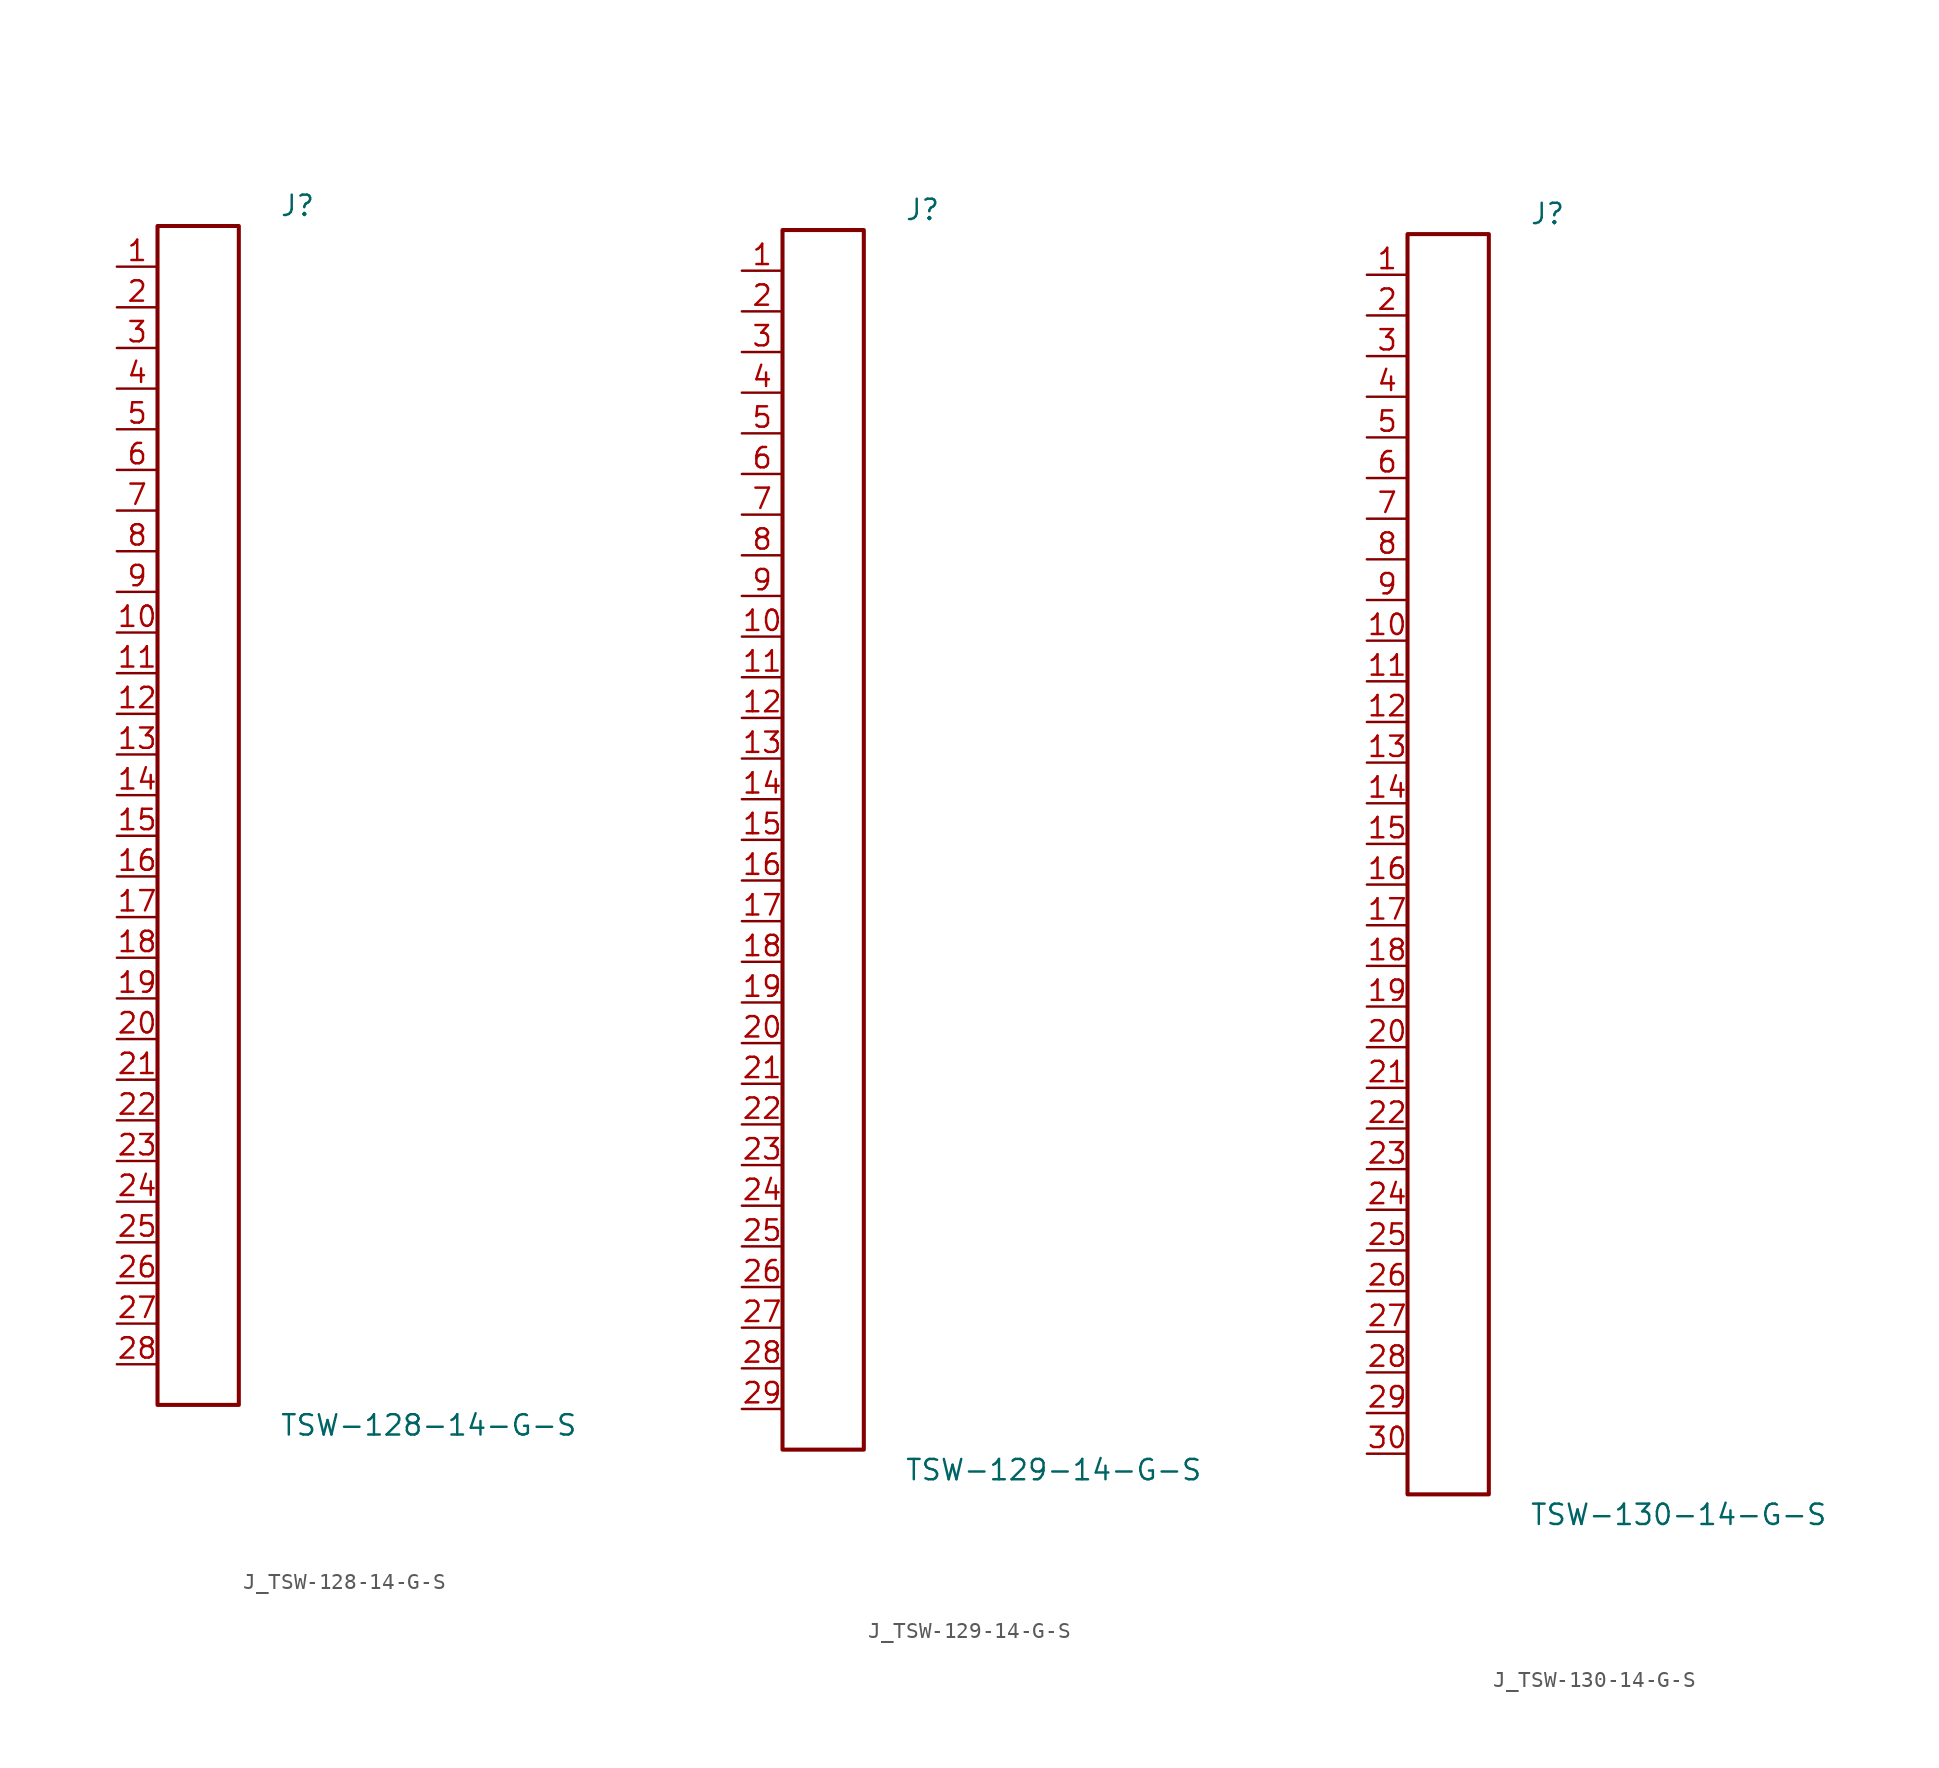
<source format=kicad_sym>
(kicad_symbol_lib
  (version 20231120)
  (generator kicad_symbol_editor)
  (generator_version 8.0)
  (symbol "J_TSW-128-14-G-S"
    (pin_names
      (offset 0.254))
    (property "Reference" "J"
      (at 5.08 38.1 0)
      (effects (font (size 1.27 1.27)) (justify left)))
    (property "Value" "TSW-128-14-G-S"
      (at 5.08 -38.1 0)
      (effects (font (size 1.27 1.27)) (justify left)))
    (symbol "J_TSW-128-14-G-S_0_0"
      (pin passive line (at -5.08 34.29 0) (length 2.54) (name "" (effects (font (size 1.27 1.27)))) (number "1" (effects (font (size 1.27 1.27)))))
      (pin passive line (at -5.08 31.75 0) (length 2.54) (name "" (effects (font (size 1.27 1.27)))) (number "2" (effects (font (size 1.27 1.27)))))
      (pin passive line (at -5.08 29.21 0) (length 2.54) (name "" (effects (font (size 1.27 1.27)))) (number "3" (effects (font (size 1.27 1.27)))))
      (pin passive line (at -5.08 26.67 0) (length 2.54) (name "" (effects (font (size 1.27 1.27)))) (number "4" (effects (font (size 1.27 1.27)))))
      (pin passive line (at -5.08 24.13 0) (length 2.54) (name "" (effects (font (size 1.27 1.27)))) (number "5" (effects (font (size 1.27 1.27)))))
      (pin passive line (at -5.08 21.59 0) (length 2.54) (name "" (effects (font (size 1.27 1.27)))) (number "6" (effects (font (size 1.27 1.27)))))
      (pin passive line (at -5.08 19.05 0) (length 2.54) (name "" (effects (font (size 1.27 1.27)))) (number "7" (effects (font (size 1.27 1.27)))))
      (pin passive line (at -5.08 16.51 0) (length 2.54) (name "" (effects (font (size 1.27 1.27)))) (number "8" (effects (font (size 1.27 1.27)))))
      (pin passive line (at -5.08 13.97 0) (length 2.54) (name "" (effects (font (size 1.27 1.27)))) (number "9" (effects (font (size 1.27 1.27)))))
      (pin passive line (at -5.08 11.43 0) (length 2.54) (name "" (effects (font (size 1.27 1.27)))) (number "10" (effects (font (size 1.27 1.27)))))
      (pin passive line (at -5.08 8.89 0) (length 2.54) (name "" (effects (font (size 1.27 1.27)))) (number "11" (effects (font (size 1.27 1.27)))))
      (pin passive line (at -5.08 6.35 0) (length 2.54) (name "" (effects (font (size 1.27 1.27)))) (number "12" (effects (font (size 1.27 1.27)))))
      (pin passive line (at -5.08 3.81 0) (length 2.54) (name "" (effects (font (size 1.27 1.27)))) (number "13" (effects (font (size 1.27 1.27)))))
      (pin passive line (at -5.08 1.27 0) (length 2.54) (name "" (effects (font (size 1.27 1.27)))) (number "14" (effects (font (size 1.27 1.27)))))
      (pin passive line (at -5.08 -1.27 0) (length 2.54) (name "" (effects (font (size 1.27 1.27)))) (number "15" (effects (font (size 1.27 1.27)))))
      (pin passive line (at -5.08 -3.81 0) (length 2.54) (name "" (effects (font (size 1.27 1.27)))) (number "16" (effects (font (size 1.27 1.27)))))
      (pin passive line (at -5.08 -6.35 0) (length 2.54) (name "" (effects (font (size 1.27 1.27)))) (number "17" (effects (font (size 1.27 1.27)))))
      (pin passive line (at -5.08 -8.89 0) (length 2.54) (name "" (effects (font (size 1.27 1.27)))) (number "18" (effects (font (size 1.27 1.27)))))
      (pin passive line (at -5.08 -11.43 0) (length 2.54) (name "" (effects (font (size 1.27 1.27)))) (number "19" (effects (font (size 1.27 1.27)))))
      (pin passive line (at -5.08 -13.97 0) (length 2.54) (name "" (effects (font (size 1.27 1.27)))) (number "20" (effects (font (size 1.27 1.27)))))
      (pin passive line (at -5.08 -16.51 0) (length 2.54) (name "" (effects (font (size 1.27 1.27)))) (number "21" (effects (font (size 1.27 1.27)))))
      (pin passive line (at -5.08 -19.05 0) (length 2.54) (name "" (effects (font (size 1.27 1.27)))) (number "22" (effects (font (size 1.27 1.27)))))
      (pin passive line (at -5.08 -21.59 0) (length 2.54) (name "" (effects (font (size 1.27 1.27)))) (number "23" (effects (font (size 1.27 1.27)))))
      (pin passive line (at -5.08 -24.13 0) (length 2.54) (name "" (effects (font (size 1.27 1.27)))) (number "24" (effects (font (size 1.27 1.27)))))
      (pin passive line (at -5.08 -26.67 0) (length 2.54) (name "" (effects (font (size 1.27 1.27)))) (number "25" (effects (font (size 1.27 1.27)))))
      (pin passive line (at -5.08 -29.21 0) (length 2.54) (name "" (effects (font (size 1.27 1.27)))) (number "26" (effects (font (size 1.27 1.27)))))
      (pin passive line (at -5.08 -31.75 0) (length 2.54) (name "" (effects (font (size 1.27 1.27)))) (number "27" (effects (font (size 1.27 1.27)))))
      (pin passive line (at -5.08 -34.29 0) (length 2.54) (name "" (effects (font (size 1.27 1.27)))) (number "28" (effects (font (size 1.27 1.27))))))
    (symbol "J_TSW-128-14-G-S_1_0"
      (rectangle (start -2.54 36.83) (end 2.54 -36.83) (stroke (width 0.254) (type solid)) (fill (type none)))))
  (symbol "J_TSW-129-14-G-S"
    (pin_names
      (offset 0.254))
    (property "Reference" "J"
      (at 5.08 39.37 0)
      (effects (font (size 1.27 1.27)) (justify left)))
    (property "Value" "TSW-129-14-G-S"
      (at 5.08 -39.37 0)
      (effects (font (size 1.27 1.27)) (justify left)))
    (symbol "J_TSW-129-14-G-S_0_0"
      (pin passive line (at -5.08 35.56 0) (length 2.54) (name "" (effects (font (size 1.27 1.27)))) (number "1" (effects (font (size 1.27 1.27)))))
      (pin passive line (at -5.08 33.02 0) (length 2.54) (name "" (effects (font (size 1.27 1.27)))) (number "2" (effects (font (size 1.27 1.27)))))
      (pin passive line (at -5.08 30.48 0) (length 2.54) (name "" (effects (font (size 1.27 1.27)))) (number "3" (effects (font (size 1.27 1.27)))))
      (pin passive line (at -5.08 27.94 0) (length 2.54) (name "" (effects (font (size 1.27 1.27)))) (number "4" (effects (font (size 1.27 1.27)))))
      (pin passive line (at -5.08 25.4 0) (length 2.54) (name "" (effects (font (size 1.27 1.27)))) (number "5" (effects (font (size 1.27 1.27)))))
      (pin passive line (at -5.08 22.86 0) (length 2.54) (name "" (effects (font (size 1.27 1.27)))) (number "6" (effects (font (size 1.27 1.27)))))
      (pin passive line (at -5.08 20.32 0) (length 2.54) (name "" (effects (font (size 1.27 1.27)))) (number "7" (effects (font (size 1.27 1.27)))))
      (pin passive line (at -5.08 17.78 0) (length 2.54) (name "" (effects (font (size 1.27 1.27)))) (number "8" (effects (font (size 1.27 1.27)))))
      (pin passive line (at -5.08 15.24 0) (length 2.54) (name "" (effects (font (size 1.27 1.27)))) (number "9" (effects (font (size 1.27 1.27)))))
      (pin passive line (at -5.08 12.7 0) (length 2.54) (name "" (effects (font (size 1.27 1.27)))) (number "10" (effects (font (size 1.27 1.27)))))
      (pin passive line (at -5.08 10.16 0) (length 2.54) (name "" (effects (font (size 1.27 1.27)))) (number "11" (effects (font (size 1.27 1.27)))))
      (pin passive line (at -5.08 7.62 0) (length 2.54) (name "" (effects (font (size 1.27 1.27)))) (number "12" (effects (font (size 1.27 1.27)))))
      (pin passive line (at -5.08 5.08 0) (length 2.54) (name "" (effects (font (size 1.27 1.27)))) (number "13" (effects (font (size 1.27 1.27)))))
      (pin passive line (at -5.08 2.54 0) (length 2.54) (name "" (effects (font (size 1.27 1.27)))) (number "14" (effects (font (size 1.27 1.27)))))
      (pin passive line (at -5.08 0.0 0) (length 2.54) (name "" (effects (font (size 1.27 1.27)))) (number "15" (effects (font (size 1.27 1.27)))))
      (pin passive line (at -5.08 -2.54 0) (length 2.54) (name "" (effects (font (size 1.27 1.27)))) (number "16" (effects (font (size 1.27 1.27)))))
      (pin passive line (at -5.08 -5.08 0) (length 2.54) (name "" (effects (font (size 1.27 1.27)))) (number "17" (effects (font (size 1.27 1.27)))))
      (pin passive line (at -5.08 -7.62 0) (length 2.54) (name "" (effects (font (size 1.27 1.27)))) (number "18" (effects (font (size 1.27 1.27)))))
      (pin passive line (at -5.08 -10.16 0) (length 2.54) (name "" (effects (font (size 1.27 1.27)))) (number "19" (effects (font (size 1.27 1.27)))))
      (pin passive line (at -5.08 -12.7 0) (length 2.54) (name "" (effects (font (size 1.27 1.27)))) (number "20" (effects (font (size 1.27 1.27)))))
      (pin passive line (at -5.08 -15.24 0) (length 2.54) (name "" (effects (font (size 1.27 1.27)))) (number "21" (effects (font (size 1.27 1.27)))))
      (pin passive line (at -5.08 -17.78 0) (length 2.54) (name "" (effects (font (size 1.27 1.27)))) (number "22" (effects (font (size 1.27 1.27)))))
      (pin passive line (at -5.08 -20.32 0) (length 2.54) (name "" (effects (font (size 1.27 1.27)))) (number "23" (effects (font (size 1.27 1.27)))))
      (pin passive line (at -5.08 -22.86 0) (length 2.54) (name "" (effects (font (size 1.27 1.27)))) (number "24" (effects (font (size 1.27 1.27)))))
      (pin passive line (at -5.08 -25.4 0) (length 2.54) (name "" (effects (font (size 1.27 1.27)))) (number "25" (effects (font (size 1.27 1.27)))))
      (pin passive line (at -5.08 -27.94 0) (length 2.54) (name "" (effects (font (size 1.27 1.27)))) (number "26" (effects (font (size 1.27 1.27)))))
      (pin passive line (at -5.08 -30.48 0) (length 2.54) (name "" (effects (font (size 1.27 1.27)))) (number "27" (effects (font (size 1.27 1.27)))))
      (pin passive line (at -5.08 -33.02 0) (length 2.54) (name "" (effects (font (size 1.27 1.27)))) (number "28" (effects (font (size 1.27 1.27)))))
      (pin passive line (at -5.08 -35.56 0) (length 2.54) (name "" (effects (font (size 1.27 1.27)))) (number "29" (effects (font (size 1.27 1.27))))))
    (symbol "J_TSW-129-14-G-S_1_0"
      (rectangle (start -2.54 38.1) (end 2.54 -38.1) (stroke (width 0.254) (type solid)) (fill (type none)))))
  (symbol "J_TSW-130-14-G-S"
    (pin_names
      (offset 0.254))
    (property "Reference" "J"
      (at 5.08 40.64 0)
      (effects (font (size 1.27 1.27)) (justify left)))
    (property "Value" "TSW-130-14-G-S"
      (at 5.08 -40.64 0)
      (effects (font (size 1.27 1.27)) (justify left)))
    (symbol "J_TSW-130-14-G-S_0_0"
      (pin passive line (at -5.08 36.83 0) (length 2.54) (name "" (effects (font (size 1.27 1.27)))) (number "1" (effects (font (size 1.27 1.27)))))
      (pin passive line (at -5.08 34.29 0) (length 2.54) (name "" (effects (font (size 1.27 1.27)))) (number "2" (effects (font (size 1.27 1.27)))))
      (pin passive line (at -5.08 31.75 0) (length 2.54) (name "" (effects (font (size 1.27 1.27)))) (number "3" (effects (font (size 1.27 1.27)))))
      (pin passive line (at -5.08 29.21 0) (length 2.54) (name "" (effects (font (size 1.27 1.27)))) (number "4" (effects (font (size 1.27 1.27)))))
      (pin passive line (at -5.08 26.67 0) (length 2.54) (name "" (effects (font (size 1.27 1.27)))) (number "5" (effects (font (size 1.27 1.27)))))
      (pin passive line (at -5.08 24.13 0) (length 2.54) (name "" (effects (font (size 1.27 1.27)))) (number "6" (effects (font (size 1.27 1.27)))))
      (pin passive line (at -5.08 21.59 0) (length 2.54) (name "" (effects (font (size 1.27 1.27)))) (number "7" (effects (font (size 1.27 1.27)))))
      (pin passive line (at -5.08 19.05 0) (length 2.54) (name "" (effects (font (size 1.27 1.27)))) (number "8" (effects (font (size 1.27 1.27)))))
      (pin passive line (at -5.08 16.51 0) (length 2.54) (name "" (effects (font (size 1.27 1.27)))) (number "9" (effects (font (size 1.27 1.27)))))
      (pin passive line (at -5.08 13.97 0) (length 2.54) (name "" (effects (font (size 1.27 1.27)))) (number "10" (effects (font (size 1.27 1.27)))))
      (pin passive line (at -5.08 11.43 0) (length 2.54) (name "" (effects (font (size 1.27 1.27)))) (number "11" (effects (font (size 1.27 1.27)))))
      (pin passive line (at -5.08 8.89 0) (length 2.54) (name "" (effects (font (size 1.27 1.27)))) (number "12" (effects (font (size 1.27 1.27)))))
      (pin passive line (at -5.08 6.35 0) (length 2.54) (name "" (effects (font (size 1.27 1.27)))) (number "13" (effects (font (size 1.27 1.27)))))
      (pin passive line (at -5.08 3.81 0) (length 2.54) (name "" (effects (font (size 1.27 1.27)))) (number "14" (effects (font (size 1.27 1.27)))))
      (pin passive line (at -5.08 1.27 0) (length 2.54) (name "" (effects (font (size 1.27 1.27)))) (number "15" (effects (font (size 1.27 1.27)))))
      (pin passive line (at -5.08 -1.27 0) (length 2.54) (name "" (effects (font (size 1.27 1.27)))) (number "16" (effects (font (size 1.27 1.27)))))
      (pin passive line (at -5.08 -3.81 0) (length 2.54) (name "" (effects (font (size 1.27 1.27)))) (number "17" (effects (font (size 1.27 1.27)))))
      (pin passive line (at -5.08 -6.35 0) (length 2.54) (name "" (effects (font (size 1.27 1.27)))) (number "18" (effects (font (size 1.27 1.27)))))
      (pin passive line (at -5.08 -8.89 0) (length 2.54) (name "" (effects (font (size 1.27 1.27)))) (number "19" (effects (font (size 1.27 1.27)))))
      (pin passive line (at -5.08 -11.43 0) (length 2.54) (name "" (effects (font (size 1.27 1.27)))) (number "20" (effects (font (size 1.27 1.27)))))
      (pin passive line (at -5.08 -13.97 0) (length 2.54) (name "" (effects (font (size 1.27 1.27)))) (number "21" (effects (font (size 1.27 1.27)))))
      (pin passive line (at -5.08 -16.51 0) (length 2.54) (name "" (effects (font (size 1.27 1.27)))) (number "22" (effects (font (size 1.27 1.27)))))
      (pin passive line (at -5.08 -19.05 0) (length 2.54) (name "" (effects (font (size 1.27 1.27)))) (number "23" (effects (font (size 1.27 1.27)))))
      (pin passive line (at -5.08 -21.59 0) (length 2.54) (name "" (effects (font (size 1.27 1.27)))) (number "24" (effects (font (size 1.27 1.27)))))
      (pin passive line (at -5.08 -24.13 0) (length 2.54) (name "" (effects (font (size 1.27 1.27)))) (number "25" (effects (font (size 1.27 1.27)))))
      (pin passive line (at -5.08 -26.67 0) (length 2.54) (name "" (effects (font (size 1.27 1.27)))) (number "26" (effects (font (size 1.27 1.27)))))
      (pin passive line (at -5.08 -29.21 0) (length 2.54) (name "" (effects (font (size 1.27 1.27)))) (number "27" (effects (font (size 1.27 1.27)))))
      (pin passive line (at -5.08 -31.75 0) (length 2.54) (name "" (effects (font (size 1.27 1.27)))) (number "28" (effects (font (size 1.27 1.27)))))
      (pin passive line (at -5.08 -34.29 0) (length 2.54) (name "" (effects (font (size 1.27 1.27)))) (number "29" (effects (font (size 1.27 1.27)))))
      (pin passive line (at -5.08 -36.83 0) (length 2.54) (name "" (effects (font (size 1.27 1.27)))) (number "30" (effects (font (size 1.27 1.27))))))
    (symbol "J_TSW-130-14-G-S_1_0"
      (rectangle (start -2.54 39.37) (end 2.54 -39.37) (stroke (width 0.254) (type solid)) (fill (type none))))))
</source>
